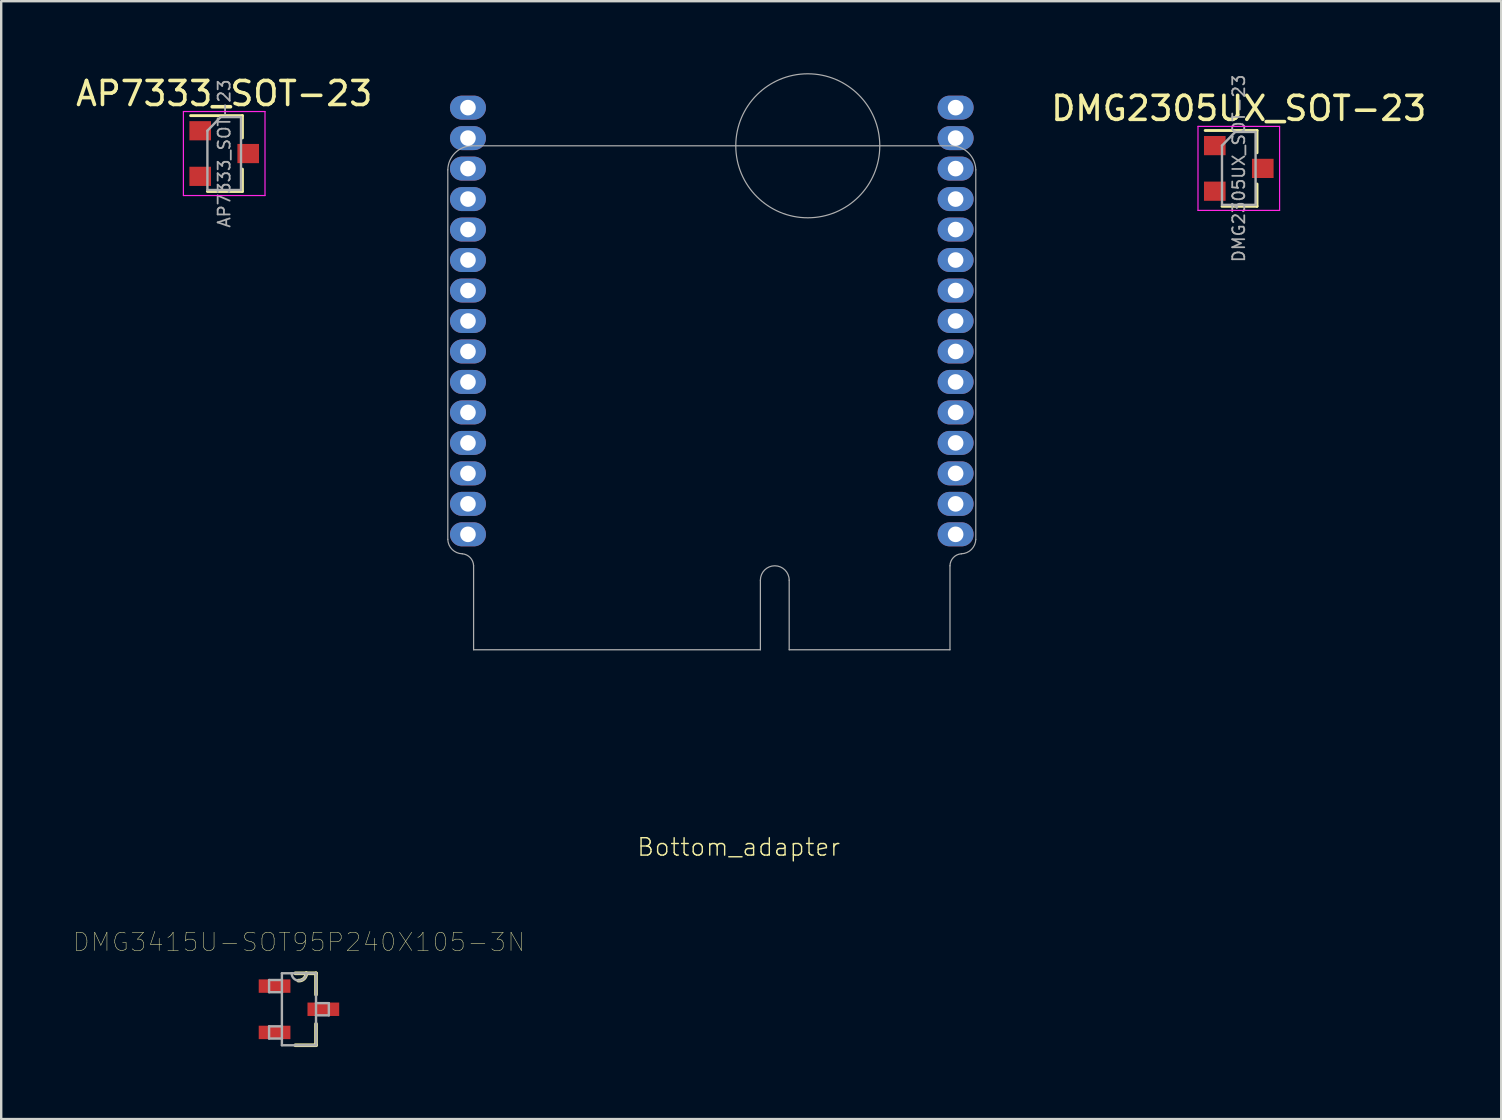
<source format=kicad_pcb>
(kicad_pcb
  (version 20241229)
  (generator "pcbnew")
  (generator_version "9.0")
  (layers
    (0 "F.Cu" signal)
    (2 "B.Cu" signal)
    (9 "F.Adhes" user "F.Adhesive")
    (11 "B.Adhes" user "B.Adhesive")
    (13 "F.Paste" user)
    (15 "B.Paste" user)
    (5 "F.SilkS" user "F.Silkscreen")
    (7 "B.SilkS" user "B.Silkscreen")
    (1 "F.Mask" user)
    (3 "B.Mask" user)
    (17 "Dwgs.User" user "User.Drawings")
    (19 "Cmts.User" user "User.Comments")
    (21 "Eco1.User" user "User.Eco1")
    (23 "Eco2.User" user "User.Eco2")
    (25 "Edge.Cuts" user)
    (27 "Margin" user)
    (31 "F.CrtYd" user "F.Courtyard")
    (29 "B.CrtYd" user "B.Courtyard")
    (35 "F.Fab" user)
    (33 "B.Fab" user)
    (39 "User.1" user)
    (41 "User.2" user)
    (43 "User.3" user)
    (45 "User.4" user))
  (footprint "DMG3415U-SOT95P240X105-3N"
    (layer "F.Cu")
    (at 9.407 39.004)
    (property "Reference" "DMG3415U-SOT95P240X105-3N" (at 0 -2.8 0) (layer "F.SilkS") (effects (font (size 0.762 0.762) (thickness 0.02))))
    (attr through_hole)
    (fp_line (start -0.152 1.499) (end 0.711 1.499) (stroke (width 0.152) (type solid)) (layer "F.SilkS"))
    (fp_line (start 0.305 -1.499) (end -0.152 -1.499) (stroke (width 0.152) (type solid)) (layer "F.SilkS"))
    (fp_line (start 0.711 -1.499) (end 0.305 -1.499) (stroke (width 0.152) (type solid)) (layer "F.SilkS"))
    (fp_line (start 0.711 -0.61) (end 0.711 -1.499) (stroke (width 0.152) (type solid)) (layer "F.SilkS"))
    (fp_line (start 0.711 1.499) (end 0.711 0.61) (stroke (width 0.152) (type solid)) (layer "F.SilkS"))
    (fp_arc (start 0.3048 -1.4986) (mid 0.206758 -1.273554) (end -0.0254 -1.1938) (stroke (width 0.1524) (type solid)) (layer "F.SilkS"))
    (fp_line (start -1.245 -1.219) (end -1.245 -0.711) (stroke (width 0.1) (type solid)) (layer "F.Fab"))
    (fp_line (start -1.245 -0.711) (end -0.711 -0.711) (stroke (width 0.1) (type solid)) (layer "F.Fab"))
    (fp_line (start -1.245 0.711) (end -1.245 1.219) (stroke (width 0.1) (type solid)) (layer "F.Fab"))
    (fp_line (start -1.245 1.219) (end -0.711 1.219) (stroke (width 0.1) (type solid)) (layer "F.Fab"))
    (fp_line (start -0.711 -1.499) (end -0.711 -1.219) (stroke (width 0.1) (type solid)) (layer "F.Fab"))
    (fp_line (start -0.711 -1.219) (end -1.245 -1.219) (stroke (width 0.1) (type solid)) (layer "F.Fab"))
    (fp_line (start -0.711 -1.219) (end -0.711 -0.711) (stroke (width 0.1) (type solid)) (layer "F.Fab"))
    (fp_line (start -0.711 -0.711) (end -0.711 0.711) (stroke (width 0.1) (type solid)) (layer "F.Fab"))
    (fp_line (start -0.711 0.711) (end -1.245 0.711) (stroke (width 0.1) (type solid)) (layer "F.Fab"))
    (fp_line (start -0.711 1.219) (end -0.711 0.711) (stroke (width 0.1) (type solid)) (layer "F.Fab"))
    (fp_line (start -0.711 1.499) (end -0.711 1.219) (stroke (width 0.1) (type solid)) (layer "F.Fab"))
    (fp_line (start -0.711 1.499) (end 0.711 1.499) (stroke (width 0.1) (type solid)) (layer "F.Fab"))
    (fp_line (start -0.305 -1.499) (end -0.711 -1.499) (stroke (width 0.1) (type solid)) (layer "F.Fab"))
    (fp_line (start 0.305 -1.499) (end -0.305 -1.499) (stroke (width 0.1) (type solid)) (layer "F.Fab"))
    (fp_line (start 0.711 -1.499) (end 0.305 -1.499) (stroke (width 0.1) (type solid)) (layer "F.Fab"))
    (fp_line (start 0.711 -0.254) (end 0.711 -1.499) (stroke (width 0.1) (type solid)) (layer "F.Fab"))
    (fp_line (start 0.711 0.254) (end 0.711 -0.254) (stroke (width 0.1) (type solid)) (layer "F.Fab"))
    (fp_line (start 0.711 0.254) (end 1.245 0.254) (stroke (width 0.1) (type solid)) (layer "F.Fab"))
    (fp_line (start 0.711 1.499) (end 0.711 0.254) (stroke (width 0.1) (type solid)) (layer "F.Fab"))
    (fp_line (start 1.245 -0.254) (end 0.711 -0.254) (stroke (width 0.1) (type solid)) (layer "F.Fab"))
    (fp_line (start 1.245 0.254) (end 1.245 -0.254) (stroke (width 0.1) (type solid)) (layer "F.Fab"))
    (fp_arc (start 0.3048 -1.4986) (mid 0 -1.1938) (end -0.3048 -1.4986) (stroke (width 0.1) (type solid)) (layer "F.Fab"))
    (pad "1" smd rect (at 1.016 0) (size 1.321 0.559) (layers "F.Cu" "F.Mask" "F.Paste"))
    (pad "2" smd rect (at -1.016 -0.965) (size 1.321 0.559) (layers "F.Cu" "F.Mask" "F.Paste"))
    (pad "3" smd rect (at -1.016 0.965) (size 1.321 0.559) (layers "F.Cu" "F.Mask" "F.Paste")))
  (footprint "AP7333_SOT-23"
    (layer "F.Cu")
    (at 6.292 3.348)
    (property "Reference" "AP7333_SOT-23" (at 0 -2.5 0) (layer "F.SilkS") (effects (font (size 1 1) (thickness 0.15))))
    (attr smd)
    (fp_line (start 0.76 -1.58) (end -1.4 -1.58) (stroke (width 0.12) (type solid)) (layer "F.SilkS"))
    (fp_line (start 0.76 -1.58) (end 0.76 -0.65) (stroke (width 0.12) (type solid)) (layer "F.SilkS"))
    (fp_line (start 0.76 1.58) (end -0.7 1.58) (stroke (width 0.12) (type solid)) (layer "F.SilkS"))
    (fp_line (start 0.76 1.58) (end 0.76 0.65) (stroke (width 0.12) (type solid)) (layer "F.SilkS"))
    (fp_line (start -1.7 -1.75) (end 1.7 -1.75) (stroke (width 0.05) (type solid)) (layer "F.CrtYd"))
    (fp_line (start -1.7 1.75) (end -1.7 -1.75) (stroke (width 0.05) (type solid)) (layer "F.CrtYd"))
    (fp_line (start 1.7 -1.75) (end 1.7 1.75) (stroke (width 0.05) (type solid)) (layer "F.CrtYd"))
    (fp_line (start 1.7 1.75) (end -1.7 1.75) (stroke (width 0.05) (type solid)) (layer "F.CrtYd"))
    (fp_line (start -0.7 -0.95) (end -0.7 1.5) (stroke (width 0.1) (type solid)) (layer "F.Fab"))
    (fp_line (start -0.7 -0.95) (end -0.15 -1.52) (stroke (width 0.1) (type solid)) (layer "F.Fab"))
    (fp_line (start -0.7 1.52) (end 0.7 1.52) (stroke (width 0.1) (type solid)) (layer "F.Fab"))
    (fp_line (start -0.15 -1.52) (end 0.7 -1.52) (stroke (width 0.1) (type solid)) (layer "F.Fab"))
    (fp_line (start 0.7 -1.52) (end 0.7 1.52) (stroke (width 0.1) (type solid)) (layer "F.Fab"))
    (fp_text user "${REFERENCE}" (at 0 0 90) (layer "F.Fab") (effects (font (size 0.5 0.5) (thickness 0.075))))
    (pad "1" smd rect (at -1 -0.95) (size 0.9 0.8) (layers "F.Cu" "F.Mask" "F.Paste"))
    (pad "2" smd rect (at -1 0.95) (size 0.9 0.8) (layers "F.Cu" "F.Mask" "F.Paste"))
    (pad "3" smd rect (at 1 0) (size 0.9 0.8) (layers "F.Cu" "F.Mask" "F.Paste")))
  (footprint "Bottom_adapter"
    (layer "F.Cu")
    (at 26.609 23.025)
    (property "Reference" "Bottom_adapter" (at 5.4 8.8 180) (layer "F.SilkS") (effects (font (size 0.724 0.724) (thickness 0.058)) (justify right top)))
    (attr through_hole)
    (fp_line (start -11 -19) (end -11 -3.6) (stroke (width 0.051) (type solid)) (layer "F.Fab"))
    (fp_line (start -9.925 1) (end -9.925 -2.5) (stroke (width 0.051) (type solid)) (layer "F.Fab"))
    (fp_line (start 2.025 -1.9) (end 2.025 1) (stroke (width 0.051) (type solid)) (layer "F.Fab"))
    (fp_line (start 2.025 1) (end -9.925 1) (stroke (width 0.051) (type solid)) (layer "F.Fab"))
    (fp_line (start 3.225 -1.9) (end 3.225 1) (stroke (width 0.051) (type solid)) (layer "F.Fab"))
    (fp_line (start 9.925 -2.5) (end 9.925 1) (stroke (width 0.051) (type solid)) (layer "F.Fab"))
    (fp_line (start 9.925 1) (end 3.225 1) (stroke (width 0.051) (type solid)) (layer "F.Fab"))
    (fp_line (start 10 -20) (end -10 -20) (stroke (width 0.051) (type solid)) (layer "F.Fab"))
    (fp_line (start 11 -19) (end 11 -3.6) (stroke (width 0.05) (type solid)) (layer "F.Fab"))
    (fp_arc (start -11 -19) (mid -10.7 -19.7) (end -10 -20) (stroke (width 0.05) (type solid)) (layer "F.Fab"))
    (fp_arc (start -10.400001 -2.999999) (mid -10.819362 -3.180638) (end -11 -3.6) (stroke (width 0.05) (type solid)) (layer "F.Fab"))
    (fp_arc (start -10.4 -3) (mid -10.066759 -2.840954) (end -9.925 -2.5) (stroke (width 0.0508) (type solid)) (layer "F.Fab"))
    (fp_arc (start 2.025 -1.9) (mid 2.625 -2.5) (end 3.225 -1.9) (stroke (width 0.0508) (type solid)) (layer "F.Fab"))
    (fp_arc (start 9.925 -2.5) (mid 10.065344 -2.842298) (end 10.4 -3) (stroke (width 0.0508) (type solid)) (layer "F.Fab"))
    (fp_arc (start 10 -20) (mid 10.7 -19.7) (end 11 -19) (stroke (width 0.05) (type solid)) (layer "F.Fab"))
    (fp_arc (start 10.999999 -3.599999) (mid 10.819361 -3.180638) (end 10.4 -3) (stroke (width 0.05) (type solid)) (layer "F.Fab"))
    (fp_circle (center 4 -20) (end 7 -20) (stroke (width 0.05) (type solid)) (fill no) (layer "F.Fab"))
    (pad "1" thru_hole oval (at -10.16 -21.59 90) (size 1 1.5) (drill 0.65) (layers "*.Cu" "*.Mask"))
    (pad "2" thru_hole oval (at -10.16 -20.32 90) (size 1 1.5) (drill 0.65) (layers "*.Cu" "*.Mask"))
    (pad "3" thru_hole oval (at -10.16 -19.05 90) (size 1 1.5) (drill 0.65) (layers "*.Cu" "*.Mask"))
    (pad "4" thru_hole oval (at -10.16 -17.78 90) (size 1 1.5) (drill 0.65) (layers "*.Cu" "*.Mask"))
    (pad "5" thru_hole oval (at -10.16 -16.51 90) (size 1 1.5) (drill 0.65) (layers "*.Cu" "*.Mask"))
    (pad "6" thru_hole oval (at -10.16 -15.24 90) (size 1 1.5) (drill 0.65) (layers "*.Cu" "*.Mask"))
    (pad "7" thru_hole oval (at -10.16 -13.97 90) (size 1 1.5) (drill 0.65) (layers "*.Cu" "*.Mask"))
    (pad "8" thru_hole oval (at -10.16 -12.7 90) (size 1 1.5) (drill 0.65) (layers "*.Cu" "*.Mask"))
    (pad "9" thru_hole oval (at -10.16 -11.43 90) (size 1 1.5) (drill 0.65) (layers "*.Cu" "*.Mask"))
    (pad "10" thru_hole oval (at -10.16 -10.16 90) (size 1 1.5) (drill 0.65) (layers "*.Cu" "*.Mask"))
    (pad "11" thru_hole oval (at -10.16 -8.89 90) (size 1 1.5) (drill 0.65) (layers "*.Cu" "*.Mask"))
    (pad "12" thru_hole oval (at -10.16 -7.62 90) (size 1 1.5) (drill 0.65) (layers "*.Cu" "*.Mask"))
    (pad "13" thru_hole oval (at -10.16 -6.35 90) (size 1 1.5) (drill 0.65) (layers "*.Cu" "*.Mask"))
    (pad "14" thru_hole oval (at -10.16 -5.08 90) (size 1 1.5) (drill 0.65) (layers "*.Cu" "*.Mask"))
    (pad "15" thru_hole oval (at -10.16 -3.81 90) (size 1 1.5) (drill 0.65) (layers "*.Cu" "*.Mask"))
    (pad "16" thru_hole oval (at 10.16 -3.81 90) (size 1 1.5) (drill 0.65) (layers "*.Cu" "*.Mask"))
    (pad "17" thru_hole oval (at 10.16 -5.08 90) (size 1 1.5) (drill 0.65) (layers "*.Cu" "*.Mask"))
    (pad "18" thru_hole oval (at 10.16 -6.35 90) (size 1 1.5) (drill 0.65) (layers "*.Cu" "*.Mask"))
    (pad "19" thru_hole oval (at 10.16 -7.62 90) (size 1 1.5) (drill 0.65) (layers "*.Cu" "*.Mask"))
    (pad "20" thru_hole oval (at 10.16 -8.89 90) (size 1 1.5) (drill 0.65) (layers "*.Cu" "*.Mask"))
    (pad "21" thru_hole oval (at 10.16 -10.16 90) (size 1 1.5) (drill 0.65) (layers "*.Cu" "*.Mask"))
    (pad "22" thru_hole oval (at 10.16 -11.43 90) (size 1 1.5) (drill 0.65) (layers "*.Cu" "*.Mask"))
    (pad "23" thru_hole oval (at 10.16 -12.7 90) (size 1 1.5) (drill 0.65) (layers "*.Cu" "*.Mask"))
    (pad "24" thru_hole oval (at 10.16 -13.97 90) (size 1 1.5) (drill 0.65) (layers "*.Cu" "*.Mask"))
    (pad "25" thru_hole oval (at 10.16 -15.24 90) (size 1 1.5) (drill 0.65) (layers "*.Cu" "*.Mask"))
    (pad "26" thru_hole oval (at 10.16 -16.51 90) (size 1 1.5) (drill 0.65) (layers "*.Cu" "*.Mask"))
    (pad "27" thru_hole oval (at 10.16 -17.78 90) (size 1 1.5) (drill 0.65) (layers "*.Cu" "*.Mask"))
    (pad "28" thru_hole oval (at 10.16 -19.05 90) (size 1 1.5) (drill 0.65) (layers "*.Cu" "*.Mask"))
    (pad "29" thru_hole oval (at 10.16 -20.32 90) (size 1 1.5) (drill 0.65) (layers "*.Cu" "*.Mask"))
    (pad "30" thru_hole oval (at 10.16 -21.59 90) (size 1 1.5) (drill 0.65) (layers "*.Cu" "*.Mask")))
  (footprint "DMG2305UX_SOT-23"
    (layer "F.Cu")
    (at 48.568 3.967)
    (property "Reference" "DMG2305UX_SOT-23" (at 0 -2.5 0) (layer "F.SilkS") (effects (font (size 1 1) (thickness 0.15))))
    (attr smd)
    (fp_line (start 0.76 -1.58) (end -1.4 -1.58) (stroke (width 0.12) (type solid)) (layer "F.SilkS"))
    (fp_line (start 0.76 -1.58) (end 0.76 -0.65) (stroke (width 0.12) (type solid)) (layer "F.SilkS"))
    (fp_line (start 0.76 1.58) (end -0.7 1.58) (stroke (width 0.12) (type solid)) (layer "F.SilkS"))
    (fp_line (start 0.76 1.58) (end 0.76 0.65) (stroke (width 0.12) (type solid)) (layer "F.SilkS"))
    (fp_line (start -1.7 -1.75) (end 1.7 -1.75) (stroke (width 0.05) (type solid)) (layer "F.CrtYd"))
    (fp_line (start -1.7 1.75) (end -1.7 -1.75) (stroke (width 0.05) (type solid)) (layer "F.CrtYd"))
    (fp_line (start 1.7 -1.75) (end 1.7 1.75) (stroke (width 0.05) (type solid)) (layer "F.CrtYd"))
    (fp_line (start 1.7 1.75) (end -1.7 1.75) (stroke (width 0.05) (type solid)) (layer "F.CrtYd"))
    (fp_line (start -0.7 -0.95) (end -0.7 1.5) (stroke (width 0.1) (type solid)) (layer "F.Fab"))
    (fp_line (start -0.7 -0.95) (end -0.15 -1.52) (stroke (width 0.1) (type solid)) (layer "F.Fab"))
    (fp_line (start -0.7 1.52) (end 0.7 1.52) (stroke (width 0.1) (type solid)) (layer "F.Fab"))
    (fp_line (start -0.15 -1.52) (end 0.7 -1.52) (stroke (width 0.1) (type solid)) (layer "F.Fab"))
    (fp_line (start 0.7 -1.52) (end 0.7 1.52) (stroke (width 0.1) (type solid)) (layer "F.Fab"))
    (fp_text user "${REFERENCE}" (at 0 0 90) (layer "F.Fab") (effects (font (size 0.5 0.5) (thickness 0.075))))
    (pad "1" smd rect (at -1 -0.95) (size 0.9 0.8) (layers "F.Cu" "F.Mask" "F.Paste"))
    (pad "2" smd rect (at -1 0.95) (size 0.9 0.8) (layers "F.Cu" "F.Mask" "F.Paste"))
    (pad "3" smd rect (at 1 0) (size 0.9 0.8) (layers "F.Cu" "F.Mask" "F.Paste")))
  (gr_rect
    (start -3 -3)
    (end 59.503 43.579)
    (stroke (width 0.1) (type default))
    (fill no)
    (layer "Edge.Cuts")))
</source>
